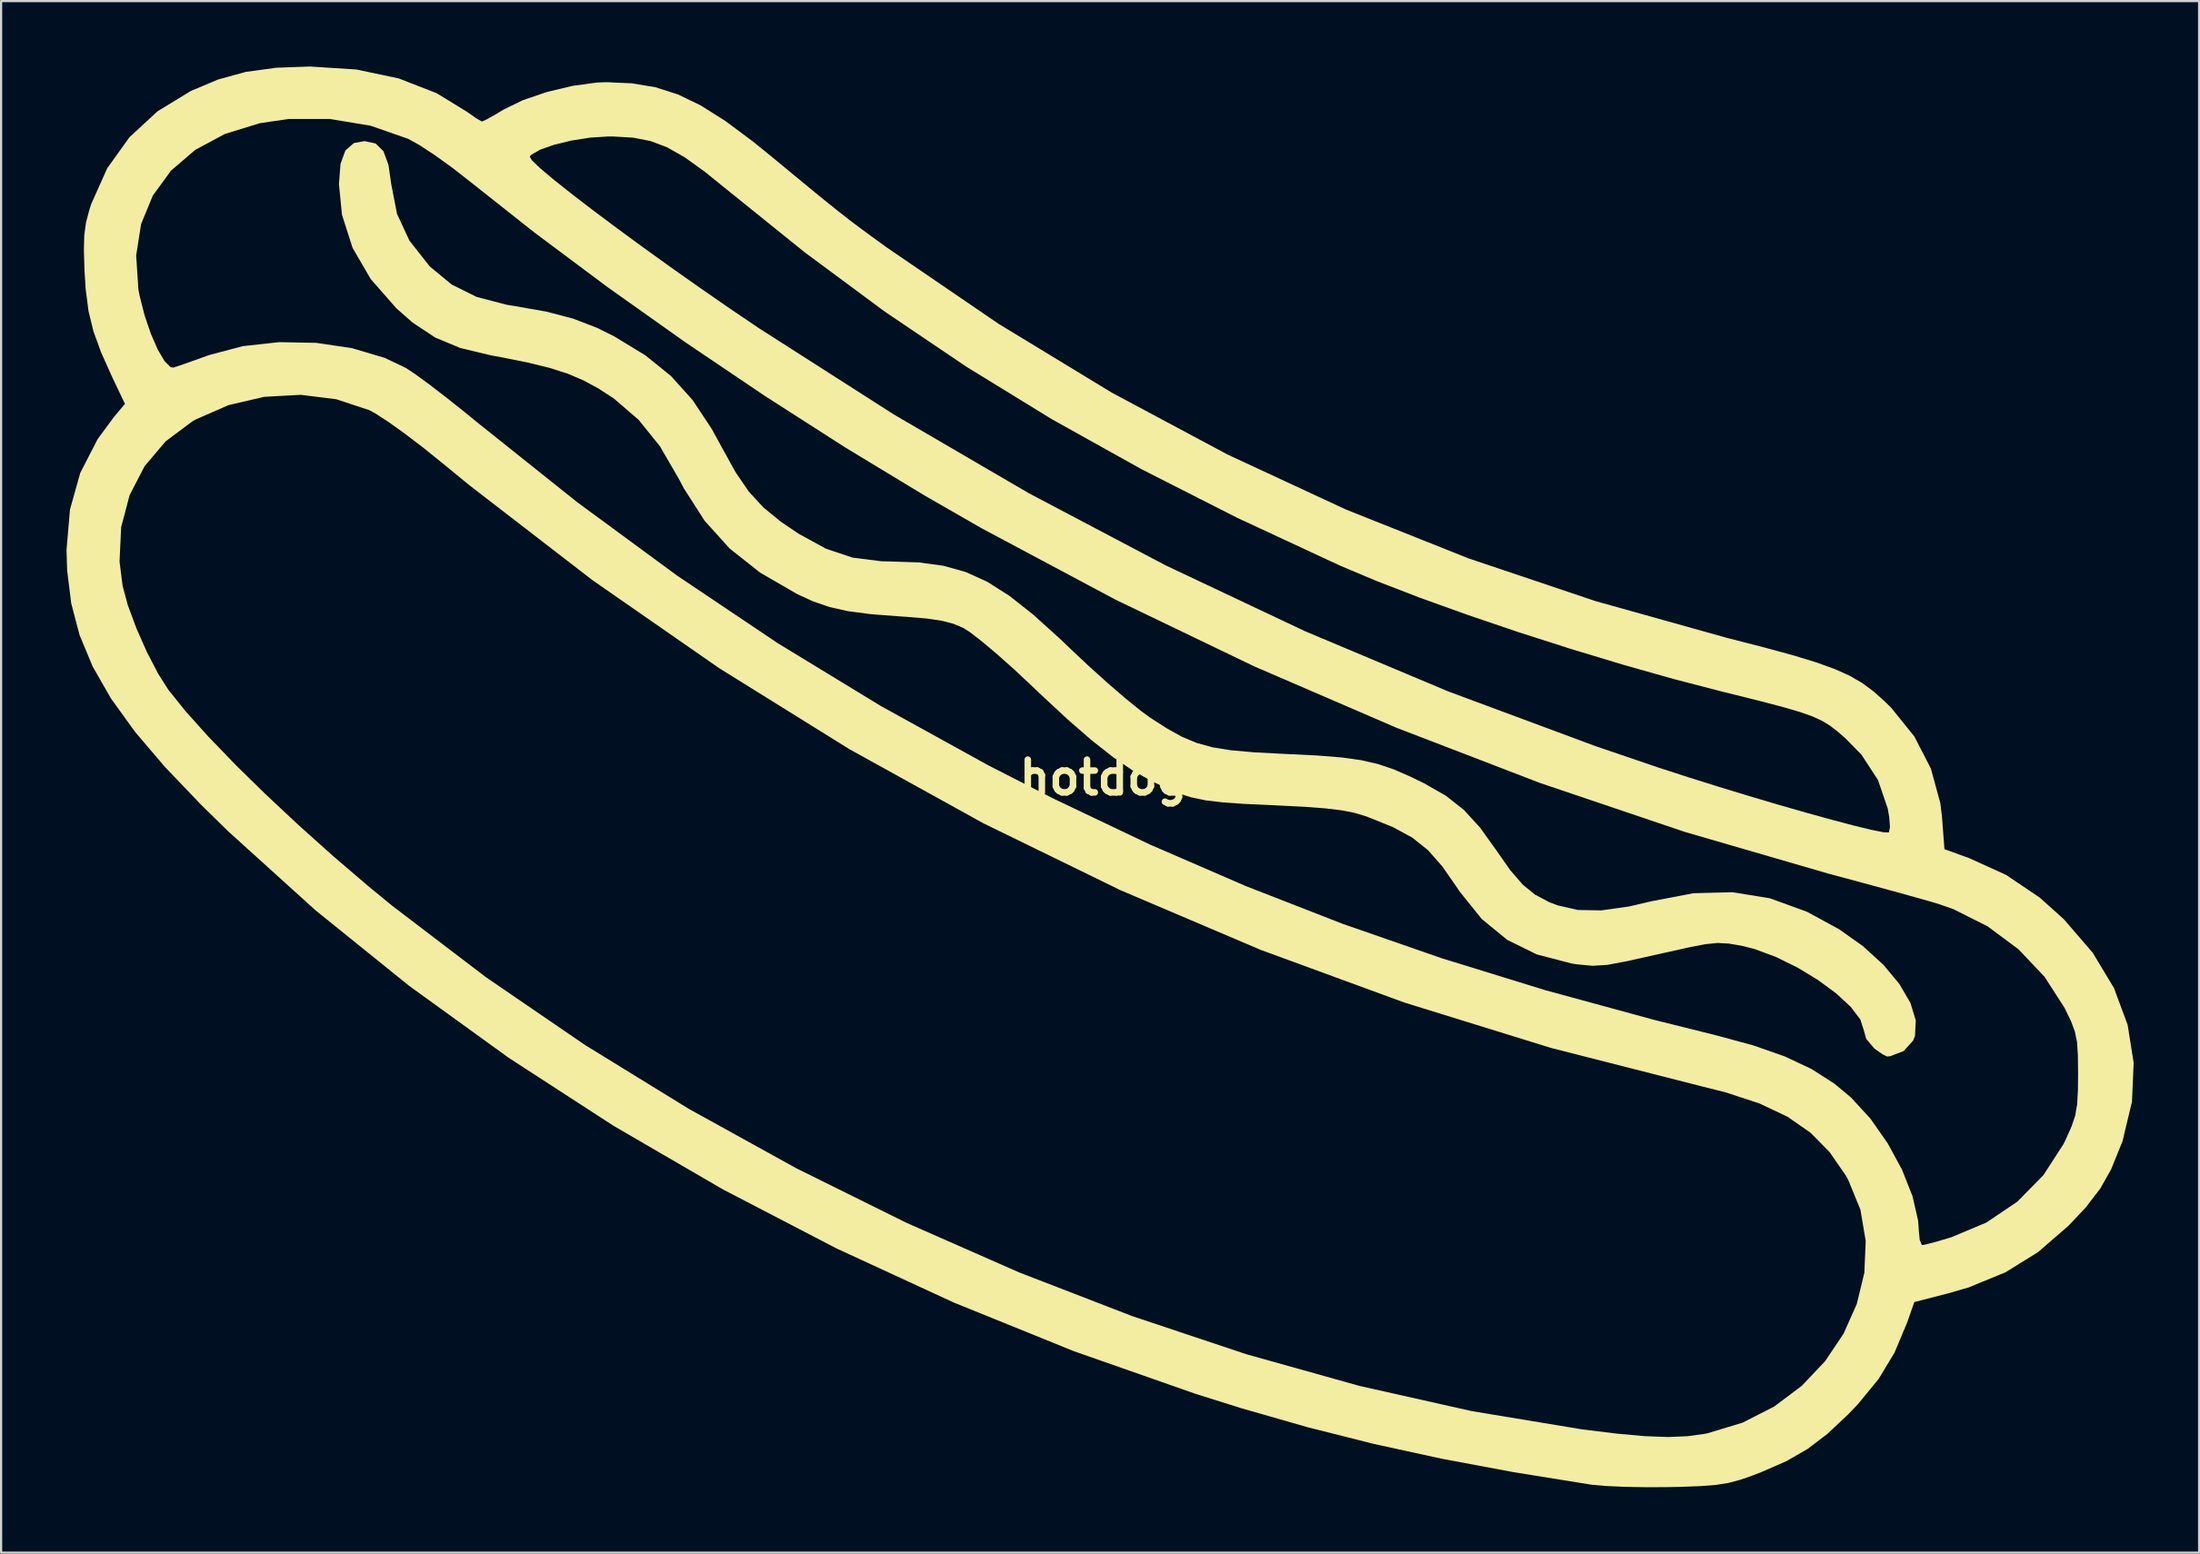
<source format=kicad_pcb>
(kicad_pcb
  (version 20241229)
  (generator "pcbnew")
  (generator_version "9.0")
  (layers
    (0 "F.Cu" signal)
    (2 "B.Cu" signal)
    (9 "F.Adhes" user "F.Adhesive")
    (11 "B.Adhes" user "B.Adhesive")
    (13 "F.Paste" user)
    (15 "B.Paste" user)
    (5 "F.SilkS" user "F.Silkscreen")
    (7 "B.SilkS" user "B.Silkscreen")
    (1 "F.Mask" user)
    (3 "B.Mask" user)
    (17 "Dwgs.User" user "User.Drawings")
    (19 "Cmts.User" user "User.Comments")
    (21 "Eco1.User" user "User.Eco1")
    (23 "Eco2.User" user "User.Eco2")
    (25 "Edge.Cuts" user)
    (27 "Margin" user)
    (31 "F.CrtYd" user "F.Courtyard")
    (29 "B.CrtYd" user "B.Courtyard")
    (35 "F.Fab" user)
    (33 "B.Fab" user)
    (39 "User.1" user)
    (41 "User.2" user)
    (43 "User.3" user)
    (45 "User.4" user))
  (footprint "hotdog"
    (layer "F.Cu")
    (at 47.524 32.603)
    (property "Reference" "hotdog" (at 0 0 0) (layer "F.SilkS") (effects (font (size 1.5 1.5) (thickness 0.3))))
    (attr board_only exclude_from_pos_files exclude_from_bom)
    (fp_poly (pts (xy -33.358 -29.074) (xy -32.999 -28.721) (xy -32.767 -28.089) (xy -32.645 -27.228) (xy -32.378 -25.851) (xy -31.807 -24.618) (xy -30.905 -23.473) (xy -30.843 -23.409) (xy -29.867 -22.604) (xy -28.725 -22.038) (xy -27.349 -21.679) (xy -27.019 -21.626) (xy -25.54 -21.367) (xy -24.308 -21.044) (xy -23.211 -20.623) (xy -22.428 -20.234) (xy -20.992 -19.359) (xy -19.818 -18.411) (xy -18.826 -17.307) (xy -17.939 -15.967) (xy -17.484 -15.132) (xy -16.858 -13.999) (xy -16.254 -13.116) (xy -15.589 -12.391) (xy -14.78 -11.729) (xy -13.974 -11.184) (xy -12.714 -10.493) (xy -11.487 -10.084) (xy -10.163 -9.917) (xy -9.728 -9.908) (xy -8.453 -9.864) (xy -7.332 -9.712) (xy -6.306 -9.425) (xy -5.316 -8.974) (xy -4.304 -8.331) (xy -3.21 -7.466) (xy -1.978 -6.352) (xy -1.531 -5.925) (xy -0.664 -5.109) (xy 0.214 -4.318) (xy 1.033 -3.613) (xy 1.723 -3.055) (xy 2.129 -2.758) (xy 2.912 -2.254) (xy 3.601 -1.871) (xy 4.27 -1.59) (xy 4.992 -1.39) (xy 5.842 -1.253) (xy 6.892 -1.159) (xy 8.216 -1.089) (xy 8.467 -1.078) (xy 9.836 -1.01) (xy 10.925 -0.922) (xy 11.815 -0.798) (xy 12.586 -0.621) (xy 13.318 -0.372) (xy 14.093 -0.034) (xy 14.707 0.266) (xy 15.7 0.834) (xy 16.522 1.481) (xy 17.267 2.296) (xy 18.008 3.331) (xy 18.65 4.248) (xy 19.219 4.906) (xy 19.789 5.371) (xy 20.436 5.712) (xy 20.817 5.858) (xy 21.746 6.071) (xy 22.818 6.09) (xy 24.092 5.911) (xy 25.12 5.671) (xy 27.041 5.303) (xy 28.835 5.256) (xy 30.554 5.536) (xy 32.249 6.153) (xy 33.717 6.951) (xy 34.822 7.734) (xy 35.755 8.587) (xy 36.487 9.467) (xy 36.991 10.332) (xy 37.238 11.139) (xy 37.2 11.845) (xy 37.112 12.064) (xy 36.68 12.54) (xy 36.063 12.776) (xy 35.918 12.788) (xy 35.714 12.689) (xy 35.367 12.444) (xy 35.332 12.417) (xy 34.963 11.977) (xy 34.857 11.594) (xy 34.697 11.093) (xy 34.254 10.513) (xy 33.588 9.896) (xy 32.755 9.282) (xy 31.814 8.71) (xy 30.823 8.223) (xy 29.841 7.859) (xy 29.306 7.723) (xy 28.676 7.612) (xy 28.147 7.583) (xy 27.575 7.641) (xy 26.818 7.79) (xy 26.694 7.818) (xy 25.779 8.021) (xy 24.789 8.242) (xy 23.934 8.432) (xy 23.922 8.434) (xy 23.095 8.589) (xy 22.419 8.63) (xy 21.707 8.563) (xy 21.455 8.523) (xy 19.866 8.109) (xy 18.509 7.44) (xy 17.342 6.484) (xy 16.321 5.214) (xy 16.209 5.044) (xy 15.529 4.065) (xy 14.875 3.325) (xy 14.154 2.751) (xy 13.273 2.272) (xy 12.14 1.814) (xy 11.988 1.76) (xy 11.505 1.615) (xy 10.923 1.502) (xy 10.178 1.412) (xy 9.207 1.339) (xy 7.948 1.276) (xy 7.746 1.267) (xy 6.465 1.207) (xy 5.468 1.137) (xy 4.679 1.043) (xy 4.025 0.907) (xy 3.428 0.717) (xy 2.812 0.454) (xy 2.149 0.129) (xy 1.319 -0.341) (xy 0.439 -0.942) (xy -0.536 -1.709) (xy -1.648 -2.676) (xy -2.939 -3.876) (xy -3.259 -4.182) (xy -4.074 -4.946) (xy -4.862 -5.648) (xy -5.562 -6.238) (xy -6.114 -6.665) (xy -6.411 -6.855) (xy -6.865 -7.049) (xy -7.4 -7.19) (xy -8.101 -7.293) (xy -9.054 -7.373) (xy -9.367 -7.393) (xy -10.665 -7.493) (xy -11.695 -7.628) (xy -12.549 -7.818) (xy -13.32 -8.084) (xy -14.048 -8.42) (xy -15.737 -9.4) (xy -17.127 -10.499) (xy -18.275 -11.772) (xy -19.237 -13.273) (xy -19.455 -13.691) (xy -20.327 -15.193) (xy -21.302 -16.402) (xy -22.437 -17.38) (xy -23.142 -17.839) (xy -23.823 -18.207) (xy -24.535 -18.512) (xy -25.354 -18.776) (xy -26.354 -19.023) (xy -27.613 -19.276) (xy -28.097 -19.365) (xy -29.475 -19.696) (xy -30.625 -20.175) (xy -31.663 -20.862) (xy -32.408 -21.518) (xy -33.583 -22.859) (xy -34.415 -24.291) (xy -34.9 -25.807) (xy -35.038 -27.208) (xy -34.967 -28.134) (xy -34.744 -28.754) (xy -34.353 -29.094) (xy -33.867 -29.183)) (stroke (width 0) (type solid)) (fill yes) (layer "F.SilkS"))
    (fp_poly (pts (xy -34.242 -32.467) (xy -32.295 -32.056) (xy -30.558 -31.379) (xy -29.15 -30.514) (xy -28.764 -30.241) (xy -28.509 -30.093) (xy -28.477 -30.084) (xy -28.282 -30.171) (xy -27.88 -30.396) (xy -27.497 -30.626) (xy -26.615 -31.057) (xy -25.514 -31.433) (xy -24.333 -31.716) (xy -23.212 -31.869) (xy -22.784 -31.885) (xy -21.609 -31.832) (xy -20.536 -31.654) (xy -19.504 -31.325) (xy -18.454 -30.818) (xy -17.326 -30.106) (xy -16.06 -29.162) (xy -15.222 -28.483) (xy -14.155 -27.601) (xy -13.312 -26.906) (xy -12.639 -26.358) (xy -12.084 -25.914) (xy -11.594 -25.532) (xy -11.114 -25.171) (xy -10.592 -24.787) (xy -9.975 -24.341) (xy -9.908 -24.292) (xy -4.803 -20.805) (xy 0.385 -17.65) (xy 5.685 -14.815) (xy 11.126 -12.287) (xy 16.736 -10.051) (xy 22.545 -8.095) (xy 28.582 -6.405) (xy 28.687 -6.379) (xy 30.302 -5.964) (xy 31.614 -5.606) (xy 32.67 -5.284) (xy 33.519 -4.978) (xy 34.209 -4.668) (xy 34.787 -4.331) (xy 35.304 -3.949) (xy 35.805 -3.5) (xy 36.111 -3.198) (xy 37.171 -1.885) (xy 37.93 -0.41) (xy 38.363 1.175) (xy 38.439 1.816) (xy 38.55 3.284) (xy 39.673 3.69) (xy 41.376 4.462) (xy 42.921 5.505) (xy 44.027 6.499) (xy 45.347 8.033) (xy 46.321 9.65) (xy 46.947 11.337) (xy 47.223 13.079) (xy 47.146 14.862) (xy 46.713 16.673) (xy 46.189 17.967) (xy 45.691 18.847) (xy 45.018 19.721) (xy 44.242 20.544) (xy 42.84 21.759) (xy 41.344 22.686) (xy 39.663 23.376) (xy 38.726 23.648) (xy 37.17 24.049) (xy 36.842 24.983) (xy 36.266 26.357) (xy 35.538 27.568) (xy 34.579 28.738) (xy 34.141 29.194) (xy 33.185 30.093) (xy 32.28 30.783) (xy 31.302 31.345) (xy 30.126 31.859) (xy 29.747 32.004) (xy 29.174 32.203) (xy 28.648 32.342) (xy 28.075 32.433) (xy 27.363 32.488) (xy 26.422 32.522) (xy 25.94 32.532) (xy 24.911 32.538) (xy 23.907 32.521) (xy 23.034 32.482) (xy 22.4 32.427) (xy 22.338 32.418) (xy 18.781 31.844) (xy 15.495 31.229) (xy 12.388 30.551) (xy 9.371 29.79) (xy 6.353 28.925) (xy 4.233 28.26) (xy -1.366 26.296) (xy -6.864 24.067) (xy -12.231 21.59) (xy -17.439 18.883) (xy -22.46 15.962) (xy -27.266 12.843) (xy -31.828 9.544) (xy -36.118 6.081) (xy -40.107 2.471) (xy -41.342 1.261) (xy -43.013 -0.486) (xy -44.387 -2.1) (xy -45.483 -3.62) (xy -46.323 -5.084) (xy -46.925 -6.528) (xy -47.31 -7.992) (xy -47.498 -9.513) (xy -47.509 -9.908) (xy -45.095 -9.908) (xy -44.954 -8.786) (xy -44.712 -7.895) (xy -44.32 -6.839) (xy -43.837 -5.748) (xy -43.319 -4.752) (xy -42.851 -4.017) (xy -42.063 -3.036) (xy -41.029 -1.884) (xy -39.793 -0.601) (xy -38.396 0.769) (xy -36.884 2.184) (xy -35.299 3.604) (xy -33.685 4.985) (xy -32.606 5.871) (xy -28.298 9.155) (xy -23.749 12.268) (xy -18.994 15.194) (xy -14.071 17.916) (xy -9.018 20.418) (xy -3.873 22.684) (xy 1.329 24.696) (xy 6.549 26.439) (xy 11.749 27.896) (xy 16.893 29.05) (xy 21.943 29.886) (xy 21.977 29.891) (xy 23.549 30.083) (xy 24.831 30.198) (xy 25.887 30.236) (xy 26.779 30.199) (xy 27.568 30.09) (xy 27.688 30.066) (xy 29.296 29.579) (xy 30.745 28.84) (xy 32.014 27.887) (xy 33.082 26.758) (xy 33.93 25.492) (xy 34.536 24.127) (xy 34.88 22.7) (xy 34.942 21.25) (xy 34.7 19.816) (xy 34.136 18.436) (xy 34.025 18.24) (xy 33.283 17.169) (xy 32.411 16.283) (xy 31.36 15.552) (xy 30.08 14.946) (xy 28.523 14.434) (xy 27.382 14.147) (xy 20.516 12.396) (xy 13.792 10.314) (xy 7.211 7.901) (xy 0.777 5.161) (xy -5.506 2.093) (xy -11.634 -1.298) (xy -17.606 -5.013) (xy -23.416 -9.05) (xy -29.062 -13.406) (xy -30.3 -14.421) (xy -31.164 -15.118) (xy -32.009 -15.763) (xy -32.767 -16.305) (xy -33.367 -16.695) (xy -33.645 -16.846) (xy -35.16 -17.347) (xy -36.791 -17.55) (xy -38.463 -17.458) (xy -40.097 -17.078) (xy -41.617 -16.414) (xy -41.751 -16.337) (xy -42.982 -15.417) (xy -43.948 -14.275) (xy -44.633 -12.95) (xy -45.021 -11.481) (xy -45.095 -9.908) (xy -47.509 -9.908) (xy -47.524 -10.448) (xy -47.366 -12.292) (xy -46.895 -13.972) (xy -46.098 -15.521) (xy -45.346 -16.539) (xy -44.847 -17.136) (xy -45.421 -18.34) (xy -45.937 -19.488) (xy -46.291 -20.462) (xy -46.517 -21.388) (xy -46.647 -22.395) (xy -46.7 -23.238) (xy -46.722 -23.937) (xy -44.333 -23.937) (xy -44.23 -22.382) (xy -44.169 -22.067) (xy -43.94 -21.17) (xy -43.653 -20.334) (xy -43.34 -19.62) (xy -43.031 -19.094) (xy -42.755 -18.818) (xy -42.621 -18.798) (xy -42.321 -18.899) (xy -41.787 -19.087) (xy -41.123 -19.324) (xy -40.982 -19.375) (xy -39.447 -19.781) (xy -37.784 -19.965) (xy -36.085 -19.933) (xy -34.44 -19.69) (xy -32.94 -19.244) (xy -31.975 -18.784) (xy -31.544 -18.499) (xy -30.906 -18.033) (xy -30.129 -17.436) (xy -29.279 -16.76) (xy -28.706 -16.291) (xy -24.115 -12.625) (xy -19.544 -9.264) (xy -14.927 -6.163) (xy -10.194 -3.278) (xy -5.278 -0.563) (xy -2.271 0.973) (xy 2.133 3.07) (xy 6.521 4.972) (xy 10.961 6.704) (xy 15.518 8.288) (xy 20.261 9.75) (xy 25.257 11.113) (xy 28.012 11.799) (xy 29.776 12.276) (xy 31.239 12.788) (xy 32.462 13.365) (xy 33.505 14.033) (xy 34.273 14.673) (xy 35.156 15.636) (xy 35.949 16.769) (xy 36.608 17.984) (xy 37.087 19.195) (xy 37.344 20.315) (xy 37.375 20.761) (xy 37.416 21.196) (xy 37.512 21.426) (xy 37.541 21.437) (xy 37.784 21.387) (xy 38.265 21.256) (xy 38.86 21.079) (xy 40.472 20.403) (xy 41.893 19.443) (xy 43.085 18.231) (xy 44.009 16.802) (xy 44.11 16.595) (xy 44.374 16.005) (xy 44.541 15.51) (xy 44.632 14.992) (xy 44.669 14.332) (xy 44.675 13.591) (xy 44.667 12.739) (xy 44.627 12.129) (xy 44.53 11.647) (xy 44.354 11.174) (xy 44.073 10.595) (xy 44.055 10.558) (xy 43.14 9.136) (xy 41.944 7.873) (xy 40.529 6.821) (xy 38.958 6.032) (xy 38.277 5.794) (xy 37.751 5.64) (xy 36.947 5.414) (xy 35.938 5.136) (xy 34.795 4.825) (xy 33.59 4.5) (xy 33.236 4.406) (xy 26.643 2.489) (xy 20.018 0.249) (xy 13.422 -2.289) (xy 6.914 -5.099) (xy 0.555 -8.158) (xy -5.595 -11.439) (xy -8.196 -12.933) (xy -11.825 -15.132) (xy -15.507 -17.493) (xy -19.163 -19.96) (xy -22.713 -22.478) (xy -26.078 -24.991) (xy -29.04 -27.335) (xy -29.83 -27.952) (xy -30.554 -28.474) (xy -26.294 -28.474) (xy -26.195 -28.304) (xy -25.831 -27.954) (xy -25.233 -27.448) (xy -24.433 -26.811) (xy -23.463 -26.064) (xy -22.354 -25.234) (xy -21.139 -24.342) (xy -19.85 -23.414) (xy -18.517 -22.473) (xy -17.173 -21.542) (xy -15.849 -20.646) (xy -15.762 -20.588) (xy -9.595 -16.643) (xy -3.406 -13.032) (xy 2.854 -9.73) (xy 9.236 -6.714) (xy 15.79 -3.957) (xy 22.568 -1.437) (xy 25.469 -0.45) (xy 26.811 -0.015) (xy 28.205 0.423) (xy 29.607 0.85) (xy 30.974 1.255) (xy 32.263 1.624) (xy 33.429 1.946) (xy 34.429 2.209) (xy 35.219 2.4) (xy 35.757 2.507) (xy 35.998 2.517) (xy 36.002 2.514) (xy 36.053 2.275) (xy 36.019 1.807) (xy 35.95 1.418) (xy 35.506 0.114) (xy 34.752 -1.043) (xy 34.005 -1.807) (xy 33.637 -2.126) (xy 33.298 -2.385) (xy 32.936 -2.605) (xy 32.502 -2.804) (xy 31.943 -3.002) (xy 31.209 -3.217) (xy 30.25 -3.471) (xy 29.013 -3.781) (xy 28.372 -3.939) (xy 26.161 -4.513) (xy 23.817 -5.176) (xy 21.409 -5.904) (xy 19.007 -6.674) (xy 16.679 -7.464) (xy 14.495 -8.251) (xy 12.524 -9.012) (xy 10.835 -9.723) (xy 10.809 -9.736) (xy 6.13 -11.913) (xy 1.76 -14.133) (xy -2.354 -16.427) (xy -6.262 -18.827) (xy -10.017 -21.363) (xy -13.671 -24.069) (xy -17.202 -26.915) (xy -18.29 -27.795) (xy -19.199 -28.446) (xy -20 -28.9) (xy -20.764 -29.188) (xy -21.561 -29.342) (xy -22.461 -29.394) (xy -22.702 -29.395) (xy -23.521 -29.343) (xy -24.374 -29.21) (xy -25.169 -29.018) (xy -25.816 -28.791) (xy -26.225 -28.553) (xy -26.294 -28.474) (xy -30.554 -28.474) (xy -30.625 -28.525) (xy -31.332 -28.991) (xy -31.859 -29.284) (xy -31.862 -29.286) (xy -33.59 -29.889) (xy -35.445 -30.196) (xy -37.335 -30.198) (xy -38.662 -30.005) (xy -40.267 -29.511) (xy -41.632 -28.776) (xy -42.739 -27.825) (xy -43.57 -26.684) (xy -44.107 -25.38) (xy -44.333 -23.937) (xy -46.722 -23.937) (xy -46.729 -24.175) (xy -46.711 -24.872) (xy -46.632 -25.45) (xy -46.48 -26.027) (xy -46.392 -26.301) (xy -45.659 -27.938) (xy -44.64 -29.361) (xy -43.351 -30.552) (xy -41.826 -31.482) (xy -40.573 -32.009) (xy -39.305 -32.357) (xy -37.91 -32.547) (xy -36.372 -32.603)) (stroke (width 0) (type solid)) (fill yes) (layer "F.SilkS")))
  (gr_rect
    (start -3 -3)
    (end 97.747 68.141)
    (stroke (width 0.1) (type default))
    (fill no)
    (layer "Edge.Cuts")))
</source>
